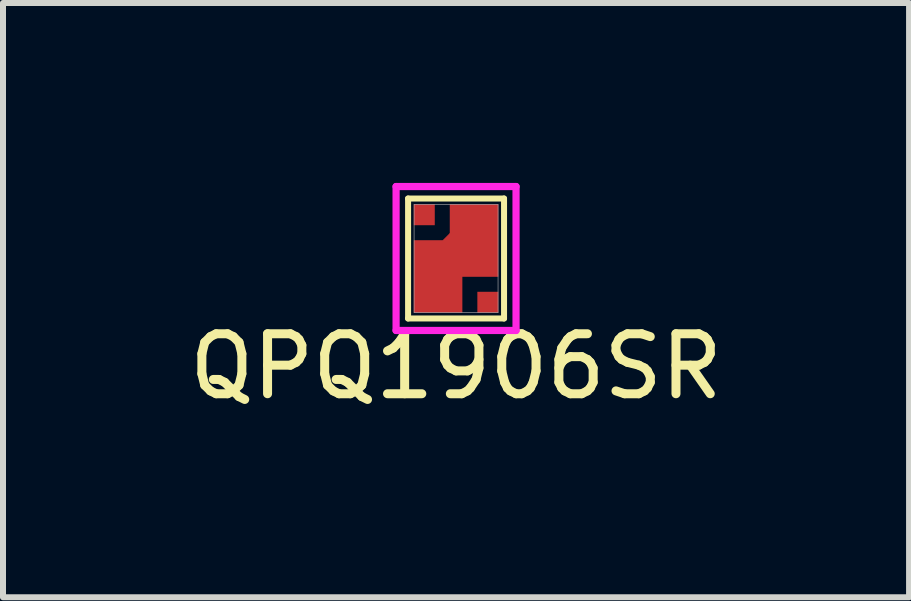
<source format=kicad_pcb>
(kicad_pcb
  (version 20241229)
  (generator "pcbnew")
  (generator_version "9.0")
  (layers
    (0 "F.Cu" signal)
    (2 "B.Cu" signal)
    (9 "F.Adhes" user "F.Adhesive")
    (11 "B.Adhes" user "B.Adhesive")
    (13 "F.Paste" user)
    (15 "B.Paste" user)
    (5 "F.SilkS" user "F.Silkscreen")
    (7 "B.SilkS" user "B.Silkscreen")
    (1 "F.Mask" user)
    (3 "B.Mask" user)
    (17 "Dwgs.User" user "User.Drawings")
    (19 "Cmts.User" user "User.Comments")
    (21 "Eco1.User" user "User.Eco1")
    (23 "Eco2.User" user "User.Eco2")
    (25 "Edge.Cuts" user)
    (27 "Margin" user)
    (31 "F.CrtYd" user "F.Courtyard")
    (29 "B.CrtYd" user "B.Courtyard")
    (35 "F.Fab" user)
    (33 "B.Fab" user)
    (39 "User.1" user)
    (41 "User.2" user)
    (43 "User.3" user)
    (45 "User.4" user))
  (footprint "QPQ1906SR"
    (layer "F.Cu")
    (at 4.554 1.26)
    (property "Reference" "QPQ1906SR" (at 0 1.8 0) (layer "F.SilkS") (effects (font (size 1 1) (thickness 0.15))))
    (attr through_hole)
    (fp_poly (pts (xy -0.22 -0.3) (xy -0.1 -0.42) (xy -0.1 -0.3)) (stroke (width 0.01) (type solid)) (fill yes) (layer "F.Cu"))
    (fp_line (start -0.8 -1) (end -0.8 1) (stroke (width 0.1) (type solid)) (layer "F.SilkS"))
    (fp_line (start -0.8 1) (end 0.8 1) (stroke (width 0.1) (type solid)) (layer "F.SilkS"))
    (fp_line (start 0.8 -1) (end -0.8 -1) (stroke (width 0.1) (type solid)) (layer "F.SilkS"))
    (fp_line (start 0.8 -1) (end 0.8 1) (stroke (width 0.1) (type solid)) (layer "F.SilkS"))
    (fp_line (start -1 -1.2) (end -1 1.2) (stroke (width 0.12) (type solid)) (layer "F.CrtYd"))
    (fp_line (start -1 1.2) (end 1 1.2) (stroke (width 0.12) (type solid)) (layer "F.CrtYd"))
    (fp_line (start 1 -1.2) (end -1 -1.2) (stroke (width 0.12) (type solid)) (layer "F.CrtYd"))
    (fp_line (start 1 1.2) (end 1 -1.2) (stroke (width 0.12) (type solid)) (layer "F.CrtYd"))
    (fp_line (start -0.7 -0.9) (end -0.7 0.9) (stroke (width 0.01) (type solid)) (layer "F.Fab"))
    (fp_line (start -0.7 0.9) (end 0.7 0.9) (stroke (width 0.01) (type solid)) (layer "F.Fab"))
    (fp_line (start 0.7 -0.9) (end -0.7 -0.9) (stroke (width 0.01) (type solid)) (layer "F.Fab"))
    (fp_line (start 0.7 0.9) (end 0.7 -0.9) (stroke (width 0.01) (type solid)) (layer "F.Fab"))
    (pad "1" smd rect (at 0.53 0.73) (size 0.35 0.35) (layers "F.Cu" "F.Mask" "F.Paste"))
    (pad "2" smd rect (at -0.53 -0.73) (size 0.35 0.35) (layers "F.Cu" "F.Mask" "F.Paste"))
    (pad "3" smd custom (at -0.3 0.3) (size 0.8 1.2) (layers "F.Cu" "F.Mask" "F.Paste") (options (anchor rect)) (primitives (gr_poly (pts (xy 0.4 0.6) (xy 0.4 0) (xy 1 0) (xy 1 -1.2) (xy 0.2 -1.2) (xy 0.2 -0.7) (xy 0.1 -0.6) (xy -0.4 -0.6) (xy -0.4 0.6)) (width 0.01) (fill yes)))))
  (gr_rect
    (start -3 -3)
    (end 12.107 6.908)
    (stroke (width 0.1) (type default))
    (fill no)
    (layer "Edge.Cuts")))
</source>
